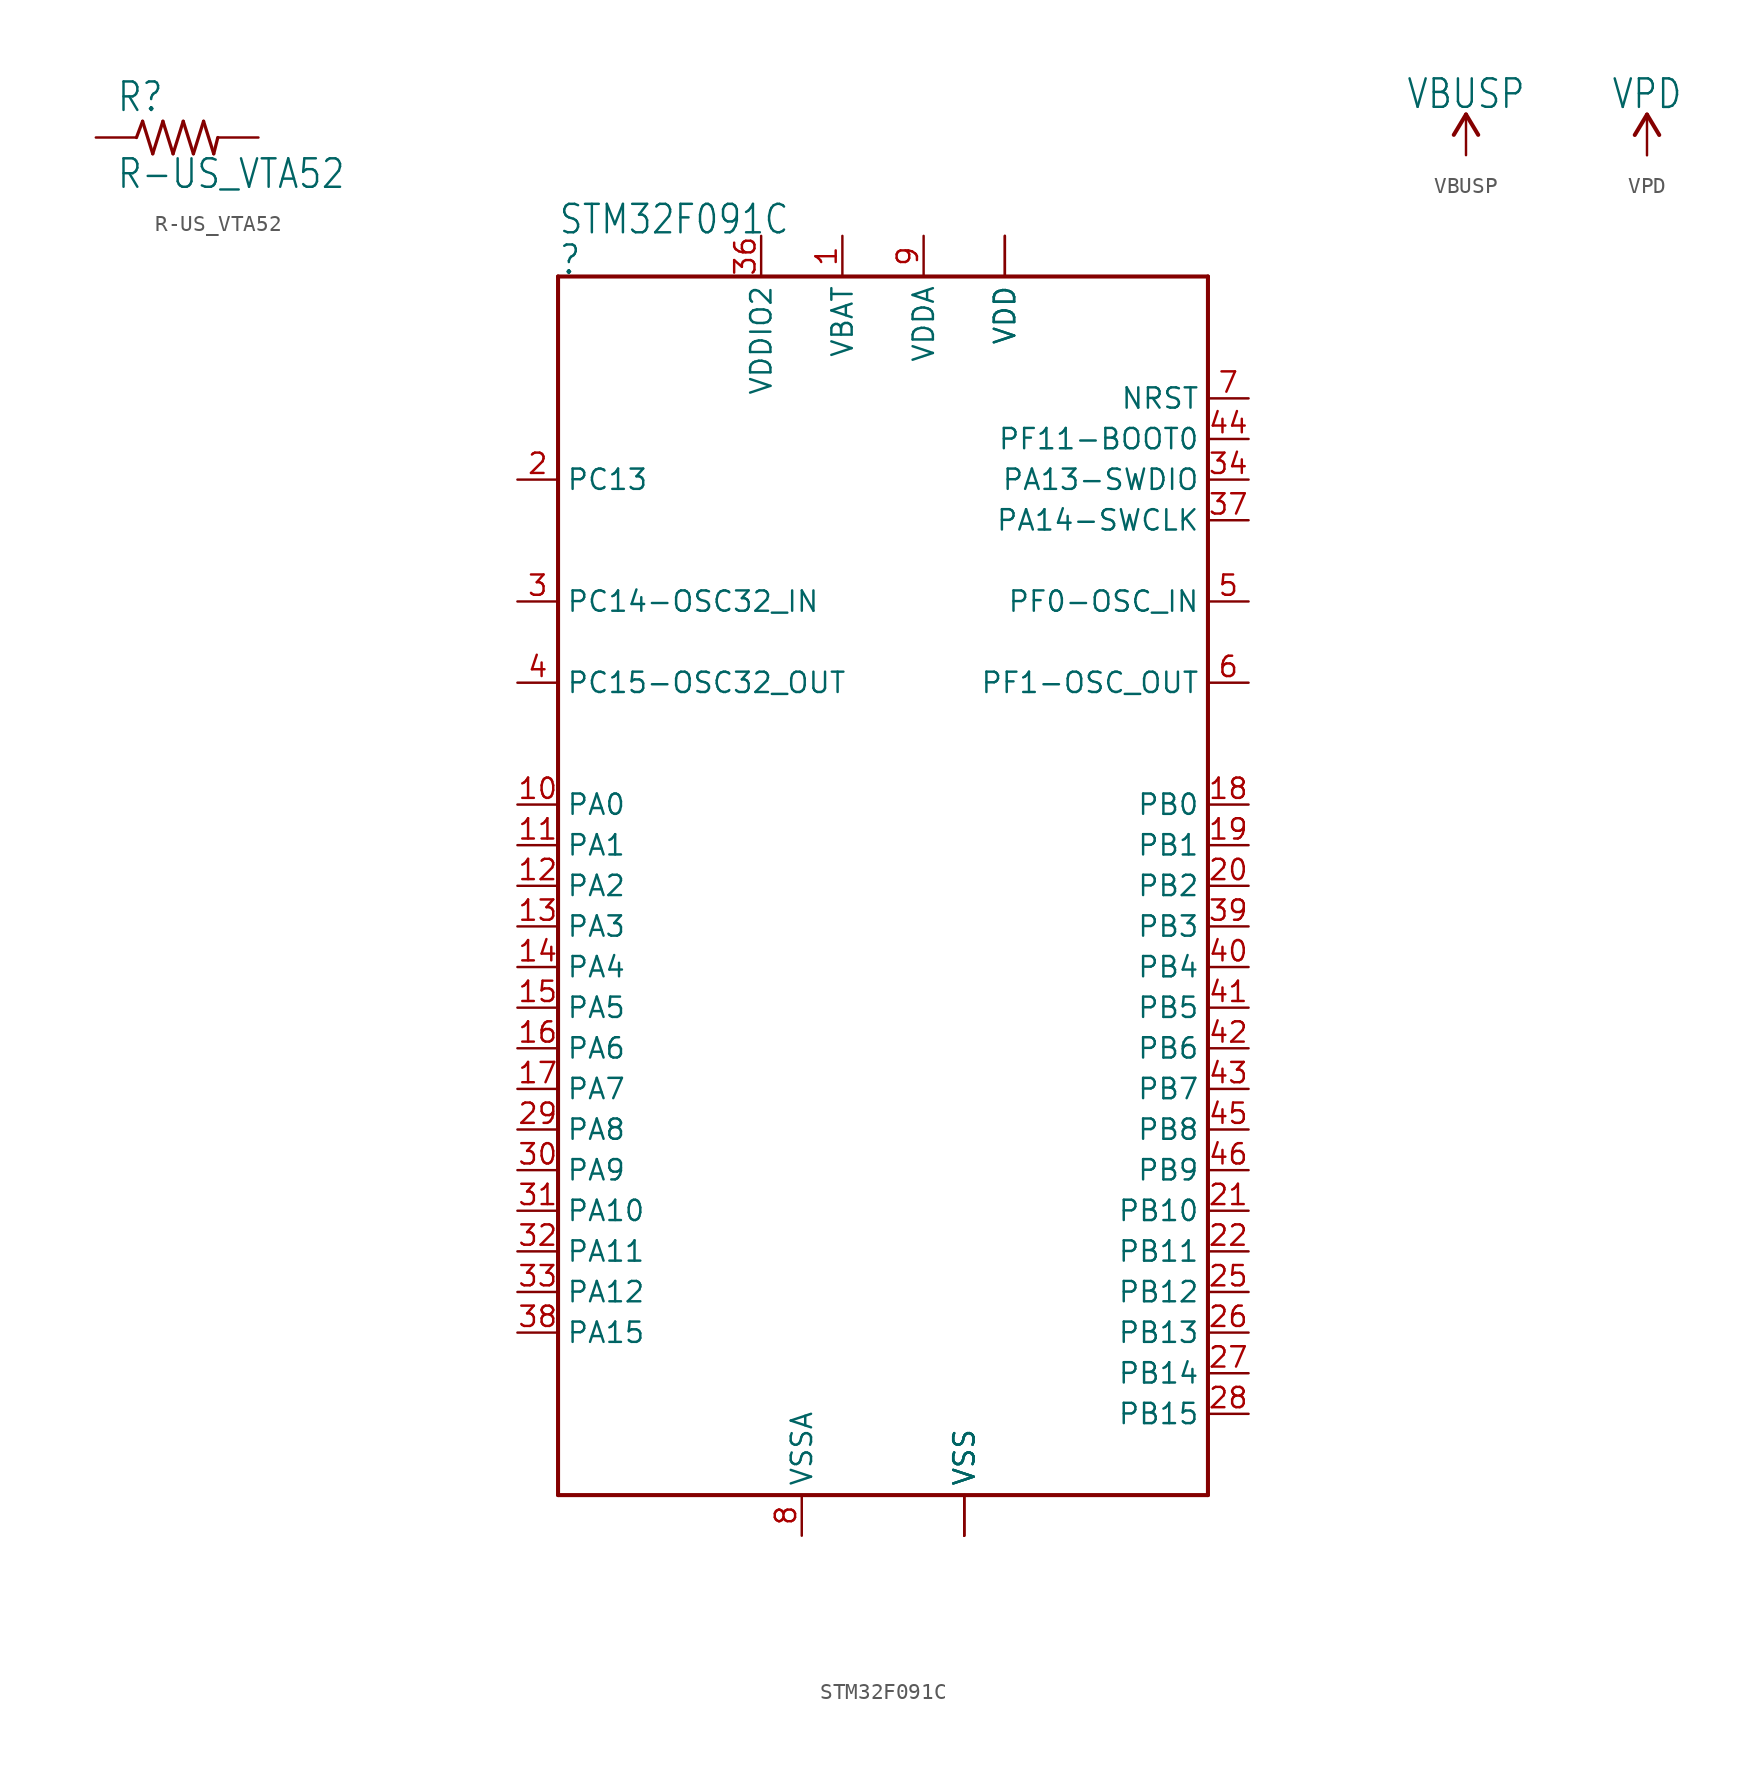
<source format=kicad_sym>
(kicad_symbol_lib
  (version 20220914)
  (generator kicad_symbol_editor)
  (symbol "R-US_VTA52"
    (property "Reference" "R"
      (at -3.81 1.499 0)
      (effects (font (size 1.778 1.511)) (justify left bottom)))
    (property "Value" "R-US_VTA52"
      (at -3.81 -3.302 0)
      (effects (font (size 1.778 1.511)) (justify left bottom)))
    (property "ki_locked" ""
      (at 0 0 0)
      (effects (font (size 1.27 1.27))))
    (symbol "R-US_VTA52_1_0"
      (polyline (pts (xy -2.54 0) (xy -2.159 1.016)) (stroke (width 0.203) (type default)) (fill (type none)))
      (polyline (pts (xy -2.159 1.016) (xy -1.524 -1.016)) (stroke (width 0.203) (type default)) (fill (type none)))
      (polyline (pts (xy -1.524 -1.016) (xy -0.889 1.016)) (stroke (width 0.203) (type default)) (fill (type none)))
      (polyline (pts (xy -0.889 1.016) (xy -0.254 -1.016)) (stroke (width 0.203) (type default)) (fill (type none)))
      (polyline (pts (xy -0.254 -1.016) (xy 0.381 1.016)) (stroke (width 0.203) (type default)) (fill (type none)))
      (polyline (pts (xy 0.381 1.016) (xy 1.016 -1.016)) (stroke (width 0.203) (type default)) (fill (type none)))
      (polyline (pts (xy 1.016 -1.016) (xy 1.651 1.016)) (stroke (width 0.203) (type default)) (fill (type none)))
      (polyline (pts (xy 1.651 1.016) (xy 2.286 -1.016)) (stroke (width 0.203) (type default)) (fill (type none)))
      (polyline (pts (xy 2.286 -1.016) (xy 2.54 0)) (stroke (width 0.203) (type default)) (fill (type none)))
      (pin passive line (at -5.08 0 0) (length 2.54) (name "1" (effects (font (size 0 0)))) (number "1" (effects (font (size 0 0)))))
      (pin passive line (at 5.08 0 180) (length 2.54) (name "2" (effects (font (size 0 0)))) (number "2" (effects (font (size 0 0)))))))
  (symbol "STM32F091C"
    (property "Reference" ""
      (at -20.32 38.1 0)
      (effects (font (size 1.778 1.511)) (justify left bottom)))
    (property "Value" "STM32F091C"
      (at -20.32 40.64 0)
      (effects (font (size 1.778 1.511)) (justify left bottom)))
    (property "ki_locked" ""
      (at 0 0 0)
      (effects (font (size 1.27 1.27))))
    (symbol "STM32F091C_1_0"
      (polyline (pts (xy -20.32 -38.1) (xy -20.32 38.1)) (stroke (width 0.254) (type default)) (fill (type none)))
      (polyline (pts (xy -20.32 38.1) (xy 20.32 38.1)) (stroke (width 0.254) (type default)) (fill (type none)))
      (polyline (pts (xy 20.32 -38.1) (xy -20.32 -38.1)) (stroke (width 0.254) (type default)) (fill (type none)))
      (polyline (pts (xy 20.32 38.1) (xy 20.32 -38.1)) (stroke (width 0.254) (type default)) (fill (type none)))
      (pin power_in line (at -2.54 40.64 270) (length 2.54) (name "VBAT" (effects (font (size 1.27 1.27)))) (number "1" (effects (font (size 1.27 1.27)))))
      (pin bidirectional line (at -22.86 5.08 0) (length 2.54) (name "PA0" (effects (font (size 1.27 1.27)))) (number "10" (effects (font (size 1.27 1.27)))))
      (pin bidirectional line (at -22.86 2.54 0) (length 2.54) (name "PA1" (effects (font (size 1.27 1.27)))) (number "11" (effects (font (size 1.27 1.27)))))
      (pin bidirectional line (at -22.86 0 0) (length 2.54) (name "PA2" (effects (font (size 1.27 1.27)))) (number "12" (effects (font (size 1.27 1.27)))))
      (pin bidirectional line (at -22.86 -2.54 0) (length 2.54) (name "PA3" (effects (font (size 1.27 1.27)))) (number "13" (effects (font (size 1.27 1.27)))))
      (pin bidirectional line (at -22.86 -5.08 0) (length 2.54) (name "PA4" (effects (font (size 1.27 1.27)))) (number "14" (effects (font (size 1.27 1.27)))))
      (pin bidirectional line (at -22.86 -7.62 0) (length 2.54) (name "PA5" (effects (font (size 1.27 1.27)))) (number "15" (effects (font (size 1.27 1.27)))))
      (pin bidirectional line (at -22.86 -10.16 0) (length 2.54) (name "PA6" (effects (font (size 1.27 1.27)))) (number "16" (effects (font (size 1.27 1.27)))))
      (pin bidirectional line (at -22.86 -12.7 0) (length 2.54) (name "PA7" (effects (font (size 1.27 1.27)))) (number "17" (effects (font (size 1.27 1.27)))))
      (pin bidirectional line (at 22.86 5.08 180) (length 2.54) (name "PB0" (effects (font (size 1.27 1.27)))) (number "18" (effects (font (size 1.27 1.27)))))
      (pin bidirectional line (at 22.86 2.54 180) (length 2.54) (name "PB1" (effects (font (size 1.27 1.27)))) (number "19" (effects (font (size 1.27 1.27)))))
      (pin bidirectional line (at -22.86 25.4 0) (length 2.54) (name "PC13" (effects (font (size 1.27 1.27)))) (number "2" (effects (font (size 1.27 1.27)))))
      (pin bidirectional line (at 22.86 0 180) (length 2.54) (name "PB2" (effects (font (size 1.27 1.27)))) (number "20" (effects (font (size 1.27 1.27)))))
      (pin bidirectional line (at 22.86 -20.32 180) (length 2.54) (name "PB10" (effects (font (size 1.27 1.27)))) (number "21" (effects (font (size 1.27 1.27)))))
      (pin bidirectional line (at 22.86 -22.86 180) (length 2.54) (name "PB11" (effects (font (size 1.27 1.27)))) (number "22" (effects (font (size 1.27 1.27)))))
      (pin power_in line (at 5.08 -40.64 90) (length 2.54) (name "VSS" (effects (font (size 1.27 1.27)))) (number "23" (effects (font (size 0 0)))))
      (pin power_in line (at 7.62 40.64 270) (length 2.54) (name "VDD" (effects (font (size 1.27 1.27)))) (number "24" (effects (font (size 0 0)))))
      (pin bidirectional line (at 22.86 -25.4 180) (length 2.54) (name "PB12" (effects (font (size 1.27 1.27)))) (number "25" (effects (font (size 1.27 1.27)))))
      (pin bidirectional line (at 22.86 -27.94 180) (length 2.54) (name "PB13" (effects (font (size 1.27 1.27)))) (number "26" (effects (font (size 1.27 1.27)))))
      (pin bidirectional line (at 22.86 -30.48 180) (length 2.54) (name "PB14" (effects (font (size 1.27 1.27)))) (number "27" (effects (font (size 1.27 1.27)))))
      (pin bidirectional line (at 22.86 -33.02 180) (length 2.54) (name "PB15" (effects (font (size 1.27 1.27)))) (number "28" (effects (font (size 1.27 1.27)))))
      (pin bidirectional line (at -22.86 -15.24 0) (length 2.54) (name "PA8" (effects (font (size 1.27 1.27)))) (number "29" (effects (font (size 1.27 1.27)))))
      (pin bidirectional line (at -22.86 17.78 0) (length 2.54) (name "PC14-OSC32_IN" (effects (font (size 1.27 1.27)))) (number "3" (effects (font (size 1.27 1.27)))))
      (pin bidirectional line (at -22.86 -17.78 0) (length 2.54) (name "PA9" (effects (font (size 1.27 1.27)))) (number "30" (effects (font (size 1.27 1.27)))))
      (pin bidirectional line (at -22.86 -20.32 0) (length 2.54) (name "PA10" (effects (font (size 1.27 1.27)))) (number "31" (effects (font (size 1.27 1.27)))))
      (pin bidirectional line (at -22.86 -22.86 0) (length 2.54) (name "PA11" (effects (font (size 1.27 1.27)))) (number "32" (effects (font (size 1.27 1.27)))))
      (pin bidirectional line (at -22.86 -25.4 0) (length 2.54) (name "PA12" (effects (font (size 1.27 1.27)))) (number "33" (effects (font (size 1.27 1.27)))))
      (pin bidirectional line (at 22.86 25.4 180) (length 2.54) (name "PA13-SWDIO" (effects (font (size 1.27 1.27)))) (number "34" (effects (font (size 1.27 1.27)))))
      (pin power_in line (at 5.08 -40.64 90) (length 2.54) (name "VSS" (effects (font (size 1.27 1.27)))) (number "35" (effects (font (size 0 0)))))
      (pin power_in line (at -7.62 40.64 270) (length 2.54) (name "VDDIO2" (effects (font (size 1.27 1.27)))) (number "36" (effects (font (size 1.27 1.27)))))
      (pin bidirectional line (at 22.86 22.86 180) (length 2.54) (name "PA14-SWCLK" (effects (font (size 1.27 1.27)))) (number "37" (effects (font (size 1.27 1.27)))))
      (pin bidirectional line (at -22.86 -27.94 0) (length 2.54) (name "PA15" (effects (font (size 1.27 1.27)))) (number "38" (effects (font (size 1.27 1.27)))))
      (pin bidirectional line (at 22.86 -2.54 180) (length 2.54) (name "PB3" (effects (font (size 1.27 1.27)))) (number "39" (effects (font (size 1.27 1.27)))))
      (pin bidirectional line (at -22.86 12.7 0) (length 2.54) (name "PC15-OSC32_OUT" (effects (font (size 1.27 1.27)))) (number "4" (effects (font (size 1.27 1.27)))))
      (pin bidirectional line (at 22.86 -5.08 180) (length 2.54) (name "PB4" (effects (font (size 1.27 1.27)))) (number "40" (effects (font (size 1.27 1.27)))))
      (pin bidirectional line (at 22.86 -7.62 180) (length 2.54) (name "PB5" (effects (font (size 1.27 1.27)))) (number "41" (effects (font (size 1.27 1.27)))))
      (pin bidirectional line (at 22.86 -10.16 180) (length 2.54) (name "PB6" (effects (font (size 1.27 1.27)))) (number "42" (effects (font (size 1.27 1.27)))))
      (pin bidirectional line (at 22.86 -12.7 180) (length 2.54) (name "PB7" (effects (font (size 1.27 1.27)))) (number "43" (effects (font (size 1.27 1.27)))))
      (pin bidirectional line (at 22.86 27.94 180) (length 2.54) (name "PF11-BOOT0" (effects (font (size 1.27 1.27)))) (number "44" (effects (font (size 1.27 1.27)))))
      (pin bidirectional line (at 22.86 -15.24 180) (length 2.54) (name "PB8" (effects (font (size 1.27 1.27)))) (number "45" (effects (font (size 1.27 1.27)))))
      (pin bidirectional line (at 22.86 -17.78 180) (length 2.54) (name "PB9" (effects (font (size 1.27 1.27)))) (number "46" (effects (font (size 1.27 1.27)))))
      (pin power_in line (at 5.08 -40.64 90) (length 2.54) (name "VSS" (effects (font (size 1.27 1.27)))) (number "47" (effects (font (size 0 0)))))
      (pin power_in line (at 7.62 40.64 270) (length 2.54) (name "VDD" (effects (font (size 1.27 1.27)))) (number "48" (effects (font (size 0 0)))))
      (pin bidirectional line (at 22.86 17.78 180) (length 2.54) (name "PF0-OSC_IN" (effects (font (size 1.27 1.27)))) (number "5" (effects (font (size 1.27 1.27)))))
      (pin bidirectional line (at 22.86 12.7 180) (length 2.54) (name "PF1-OSC_OUT" (effects (font (size 1.27 1.27)))) (number "6" (effects (font (size 1.27 1.27)))))
      (pin bidirectional line (at 22.86 30.48 180) (length 2.54) (name "NRST" (effects (font (size 1.27 1.27)))) (number "7" (effects (font (size 1.27 1.27)))))
      (pin power_in line (at -5.08 -40.64 90) (length 2.54) (name "VSSA" (effects (font (size 1.27 1.27)))) (number "8" (effects (font (size 1.27 1.27)))))
      (pin power_in line (at 2.54 40.64 270) (length 2.54) (name "VDDA" (effects (font (size 1.27 1.27)))) (number "9" (effects (font (size 1.27 1.27)))))))
  (symbol "VBUSP"
    (power)
    (property "Reference" "#VBUSP"
      (at 0 0 0)
      (effects (font (size 1.27 1.27)) hide))
    (property "Value" "VBUSP"
      (at 0 2.794 0)
      (effects (font (size 1.778 1.511)) (justify bottom)))
    (property "ki_locked" ""
      (at 0 0 0)
      (effects (font (size 1.27 1.27))))
    (symbol "VBUSP_1_0"
      (polyline (pts (xy 0 2.54) (xy -0.762 1.27)) (stroke (width 0.254) (type default)) (fill (type none)))
      (polyline (pts (xy 0.762 1.27) (xy 0 2.54)) (stroke (width 0.254) (type default)) (fill (type none)))
      (pin power_in line (at 0 0 90) (length 2.54) (name "VBUSP" (effects (font (size 0 0)))) (number "1" (effects (font (size 0 0)))))))
  (symbol "VPD"
    (power)
    (property "Reference" "#VPD"
      (at 0 0 0)
      (effects (font (size 1.27 1.27)) hide))
    (property "Value" "VPD"
      (at 0 2.794 0)
      (effects (font (size 1.778 1.511)) (justify bottom)))
    (property "ki_locked" ""
      (at 0 0 0)
      (effects (font (size 1.27 1.27))))
    (symbol "VPD_1_0"
      (polyline (pts (xy 0 2.54) (xy -0.762 1.27)) (stroke (width 0.254) (type default)) (fill (type none)))
      (polyline (pts (xy 0.762 1.27) (xy 0 2.54)) (stroke (width 0.254) (type default)) (fill (type none)))
      (pin power_in line (at 0 0 90) (length 2.54) (name "VPD" (effects (font (size 0 0)))) (number "1" (effects (font (size 0 0))))))))
</source>
